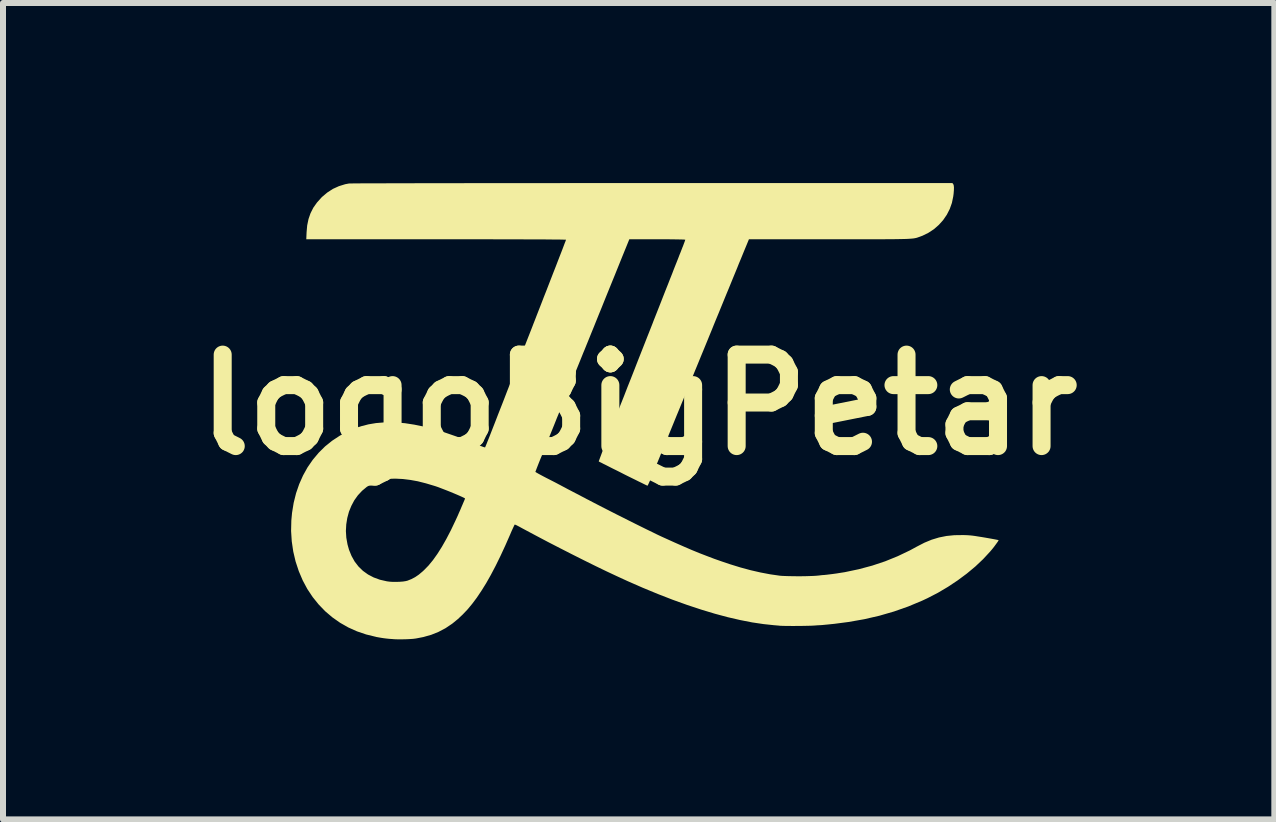
<source format=kicad_pcb>
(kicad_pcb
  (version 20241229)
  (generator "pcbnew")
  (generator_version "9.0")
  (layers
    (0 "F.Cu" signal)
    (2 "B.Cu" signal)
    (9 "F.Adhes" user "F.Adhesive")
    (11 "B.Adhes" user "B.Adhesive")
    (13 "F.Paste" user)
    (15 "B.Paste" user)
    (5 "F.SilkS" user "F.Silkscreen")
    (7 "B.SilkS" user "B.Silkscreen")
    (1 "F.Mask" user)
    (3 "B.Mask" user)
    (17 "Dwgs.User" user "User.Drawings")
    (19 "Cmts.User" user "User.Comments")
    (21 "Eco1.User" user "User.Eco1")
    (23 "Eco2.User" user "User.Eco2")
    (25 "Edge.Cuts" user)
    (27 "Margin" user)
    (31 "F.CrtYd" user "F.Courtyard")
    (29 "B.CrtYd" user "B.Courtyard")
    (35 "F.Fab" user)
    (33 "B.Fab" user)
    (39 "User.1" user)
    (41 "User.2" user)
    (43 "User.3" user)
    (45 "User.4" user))
  (footprint "logoBigPetar"
    (layer "F.Cu")
    (at 7.591 3.693)
    (property "Reference" "logoBigPetar" (at 0 0 0) (layer "F.SilkS") (effects (font (size 1.524 1.524) (thickness 0.3))))
    (attr board_only exclude_from_pos_files exclude_from_bom)
    (fp_poly (pts (xy 5.241 -3.676) (xy 5.249 -3.656) (xy 5.253 -3.622) (xy 5.252 -3.574) (xy 5.247 -3.513) (xy 5.241 -3.468) (xy 5.219 -3.362) (xy 5.183 -3.261) (xy 5.134 -3.165) (xy 5.073 -3.076) (xy 5.001 -2.996) (xy 4.92 -2.925) (xy 4.829 -2.865) (xy 4.73 -2.816) (xy 4.679 -2.797) (xy 4.664 -2.792) (xy 4.651 -2.787) (xy 4.638 -2.783) (xy 4.625 -2.779) (xy 4.61 -2.776) (xy 4.594 -2.773) (xy 4.576 -2.77) (xy 4.554 -2.768) (xy 4.529 -2.766) (xy 4.499 -2.764) (xy 4.463 -2.762) (xy 4.422 -2.761) (xy 4.374 -2.76) (xy 4.319 -2.759) (xy 4.256 -2.758) (xy 4.184 -2.758) (xy 4.103 -2.757) (xy 4.011 -2.757) (xy 3.909 -2.756) (xy 3.795 -2.756) (xy 3.668 -2.756) (xy 3.529 -2.756) (xy 3.376 -2.756) (xy 3.209 -2.756) (xy 1.837 -2.756) (xy 1.797 -2.659) (xy 1.778 -2.613) (xy 1.756 -2.56) (xy 1.734 -2.506) (xy 1.714 -2.457) (xy 1.713 -2.455) (xy 1.695 -2.411) (xy 1.671 -2.354) (xy 1.644 -2.286) (xy 1.612 -2.208) (xy 1.577 -2.123) (xy 1.539 -2.03) (xy 1.499 -1.932) (xy 1.457 -1.831) (xy 1.415 -1.728) (xy 1.372 -1.623) (xy 1.33 -1.52) (xy 1.288 -1.419) (xy 1.248 -1.321) (xy 1.222 -1.256) (xy 1.187 -1.171) (xy 1.15 -1.08) (xy 1.111 -0.985) (xy 1.072 -0.89) (xy 1.034 -0.798) (xy 0.999 -0.712) (xy 0.967 -0.634) (xy 0.944 -0.579) (xy 0.923 -0.527) (xy 0.897 -0.463) (xy 0.866 -0.388) (xy 0.832 -0.304) (xy 0.794 -0.212) (xy 0.754 -0.114) (xy 0.712 -0.012) (xy 0.669 0.093) (xy 0.625 0.199) (xy 0.582 0.305) (xy 0.548 0.388) (xy 0.507 0.488) (xy 0.467 0.587) (xy 0.427 0.683) (xy 0.39 0.775) (xy 0.354 0.862) (xy 0.321 0.943) (xy 0.291 1.015) (xy 0.265 1.079) (xy 0.243 1.133) (xy 0.226 1.175) (xy 0.213 1.205) (xy 0.213 1.207) (xy 0.195 1.25) (xy 0.178 1.288) (xy 0.164 1.319) (xy 0.153 1.34) (xy 0.147 1.35) (xy 0.146 1.35) (xy 0.138 1.346) (xy 0.117 1.336) (xy 0.086 1.321) (xy 0.046 1.301) (xy -0.002 1.278) (xy -0.056 1.251) (xy -0.115 1.222) (xy -0.178 1.191) (xy -0.242 1.159) (xy -0.306 1.126) (xy -0.37 1.094) (xy -0.431 1.064) (xy -0.488 1.035) (xy -0.539 1.009) (xy -0.584 0.987) (xy -0.62 0.968) (xy -0.647 0.955) (xy -0.662 0.947) (xy -0.665 0.945) (xy -0.663 0.937) (xy -0.655 0.916) (xy -0.643 0.883) (xy -0.626 0.838) (xy -0.606 0.783) (xy -0.581 0.717) (xy -0.552 0.643) (xy -0.521 0.561) (xy -0.486 0.472) (xy -0.449 0.377) (xy -0.41 0.276) (xy -0.369 0.171) (xy -0.346 0.114) (xy -0.297 -0.011) (xy -0.244 -0.144) (xy -0.19 -0.284) (xy -0.133 -0.427) (xy -0.076 -0.572) (xy -0.02 -0.716) (xy 0.036 -0.858) (xy 0.09 -0.995) (xy 0.141 -1.125) (xy 0.189 -1.246) (xy 0.232 -1.355) (xy 0.245 -1.39) (xy 0.304 -1.539) (xy 0.358 -1.676) (xy 0.406 -1.799) (xy 0.45 -1.911) (xy 0.49 -2.011) (xy 0.525 -2.101) (xy 0.557 -2.181) (xy 0.584 -2.252) (xy 0.609 -2.315) (xy 0.631 -2.37) (xy 0.65 -2.418) (xy 0.666 -2.459) (xy 0.68 -2.496) (xy 0.693 -2.527) (xy 0.704 -2.555) (xy 0.713 -2.579) (xy 0.722 -2.601) (xy 0.729 -2.621) (xy 0.736 -2.636) (xy 0.75 -2.674) (xy 0.762 -2.706) (xy 0.771 -2.731) (xy 0.776 -2.746) (xy 0.777 -2.749) (xy 0.769 -2.75) (xy 0.747 -2.752) (xy 0.709 -2.753) (xy 0.658 -2.754) (xy 0.592 -2.755) (xy 0.512 -2.756) (xy 0.419 -2.756) (xy 0.313 -2.756) (xy -0.156 -2.756) (xy -0.22 -2.598) (xy -0.233 -2.567) (xy -0.251 -2.522) (xy -0.274 -2.466) (xy -0.301 -2.399) (xy -0.332 -2.322) (xy -0.366 -2.238) (xy -0.403 -2.146) (xy -0.443 -2.048) (xy -0.485 -1.945) (xy -0.528 -1.839) (xy -0.572 -1.73) (xy -0.616 -1.62) (xy -0.661 -1.51) (xy -0.705 -1.401) (xy -0.748 -1.294) (xy -0.79 -1.191) (xy -0.83 -1.092) (xy -0.868 -0.999) (xy -0.903 -0.912) (xy -0.92 -0.872) (xy -0.98 -0.723) (xy -1.036 -0.585) (xy -1.088 -0.457) (xy -1.137 -0.336) (xy -1.184 -0.219) (xy -1.23 -0.105) (xy -1.276 0.01) (xy -1.324 0.127) (xy -1.332 0.148) (xy -1.363 0.223) (xy -1.397 0.309) (xy -1.434 0.401) (xy -1.473 0.497) (xy -1.511 0.592) (xy -1.548 0.684) (xy -1.582 0.767) (xy -1.586 0.779) (xy -1.613 0.846) (xy -1.639 0.909) (xy -1.662 0.966) (xy -1.682 1.017) (xy -1.698 1.058) (xy -1.71 1.09) (xy -1.718 1.111) (xy -1.721 1.119) (xy -1.714 1.124) (xy -1.696 1.135) (xy -1.668 1.151) (xy -1.631 1.171) (xy -1.588 1.194) (xy -1.54 1.219) (xy -1.489 1.245) (xy -1.44 1.27) (xy -1.395 1.293) (xy -1.357 1.313) (xy -1.329 1.328) (xy -1.313 1.336) (xy -1.293 1.347) (xy -1.263 1.363) (xy -1.223 1.384) (xy -1.179 1.408) (xy -1.13 1.433) (xy -1.104 1.447) (xy -1.052 1.474) (xy -0.997 1.502) (xy -0.945 1.53) (xy -0.898 1.554) (xy -0.86 1.575) (xy -0.849 1.58) (xy -0.765 1.624) (xy -0.674 1.671) (xy -0.577 1.721) (xy -0.475 1.773) (xy -0.371 1.826) (xy -0.265 1.879) (xy -0.16 1.932) (xy -0.056 1.984) (xy 0.043 2.033) (xy 0.138 2.08) (xy 0.225 2.122) (xy 0.304 2.161) (xy 0.374 2.194) (xy 0.431 2.22) (xy 0.438 2.223) (xy 0.597 2.295) (xy 0.744 2.36) (xy 0.883 2.42) (xy 1.015 2.474) (xy 1.142 2.523) (xy 1.266 2.57) (xy 1.389 2.613) (xy 1.514 2.655) (xy 1.516 2.656) (xy 1.694 2.711) (xy 1.864 2.757) (xy 2.029 2.795) (xy 2.192 2.826) (xy 2.353 2.849) (xy 2.39 2.852) (xy 2.439 2.854) (xy 2.498 2.856) (xy 2.564 2.857) (xy 2.634 2.858) (xy 2.705 2.858) (xy 2.776 2.857) (xy 2.843 2.855) (xy 2.905 2.853) (xy 2.957 2.85) (xy 2.999 2.846) (xy 3.017 2.844) (xy 3.033 2.842) (xy 3.059 2.839) (xy 3.089 2.837) (xy 3.091 2.837) (xy 3.13 2.833) (xy 3.18 2.827) (xy 3.236 2.82) (xy 3.295 2.812) (xy 3.351 2.803) (xy 3.402 2.795) (xy 3.434 2.79) (xy 3.667 2.741) (xy 3.891 2.681) (xy 4.107 2.609) (xy 4.316 2.524) (xy 4.519 2.427) (xy 4.637 2.363) (xy 4.761 2.299) (xy 4.882 2.249) (xy 5.004 2.212) (xy 5.129 2.187) (xy 5.259 2.174) (xy 5.398 2.172) (xy 5.408 2.172) (xy 5.451 2.173) (xy 5.49 2.175) (xy 5.528 2.178) (xy 5.566 2.182) (xy 5.609 2.188) (xy 5.658 2.196) (xy 5.717 2.205) (xy 5.77 2.214) (xy 5.827 2.224) (xy 5.878 2.233) (xy 5.922 2.241) (xy 5.958 2.248) (xy 5.983 2.253) (xy 5.996 2.256) (xy 5.997 2.256) (xy 5.994 2.264) (xy 5.984 2.281) (xy 5.967 2.305) (xy 5.945 2.335) (xy 5.92 2.369) (xy 5.893 2.403) (xy 5.865 2.436) (xy 5.855 2.448) (xy 5.739 2.573) (xy 5.609 2.696) (xy 5.467 2.814) (xy 5.315 2.927) (xy 5.154 3.034) (xy 4.987 3.133) (xy 4.813 3.223) (xy 4.721 3.266) (xy 4.491 3.362) (xy 4.255 3.445) (xy 4.01 3.516) (xy 3.758 3.574) (xy 3.496 3.62) (xy 3.259 3.651) (xy 3.199 3.657) (xy 3.151 3.662) (xy 3.108 3.666) (xy 3.069 3.67) (xy 3.029 3.673) (xy 2.985 3.675) (xy 2.933 3.679) (xy 2.877 3.682) (xy 2.843 3.683) (xy 2.799 3.684) (xy 2.748 3.685) (xy 2.691 3.686) (xy 2.632 3.686) (xy 2.572 3.687) (xy 2.515 3.686) (xy 2.463 3.686) (xy 2.418 3.685) (xy 2.382 3.684) (xy 2.359 3.683) (xy 2.357 3.683) (xy 2.33 3.68) (xy 2.295 3.677) (xy 2.259 3.674) (xy 2.258 3.674) (xy 2.08 3.655) (xy 1.891 3.627) (xy 1.692 3.588) (xy 1.484 3.54) (xy 1.268 3.482) (xy 1.043 3.414) (xy 0.81 3.337) (xy 0.57 3.251) (xy 0.323 3.155) (xy 0.071 3.051) (xy -0.187 2.938) (xy -0.202 2.931) (xy -0.363 2.857) (xy -0.536 2.776) (xy -0.718 2.688) (xy -0.908 2.594) (xy -1.105 2.495) (xy -1.307 2.392) (xy -1.513 2.286) (xy -1.721 2.176) (xy -1.929 2.065) (xy -1.991 2.031) (xy -2.02 2.016) (xy -2.044 2.004) (xy -2.06 1.998) (xy -2.065 1.997) (xy -2.07 2.004) (xy -2.079 2.023) (xy -2.093 2.053) (xy -2.11 2.09) (xy -2.129 2.133) (xy -2.138 2.155) (xy -2.222 2.346) (xy -2.304 2.523) (xy -2.384 2.686) (xy -2.463 2.836) (xy -2.541 2.974) (xy -2.619 3.099) (xy -2.696 3.214) (xy -2.774 3.318) (xy -2.852 3.412) (xy -2.932 3.496) (xy -3.013 3.572) (xy -3.096 3.64) (xy -3.109 3.65) (xy -3.219 3.724) (xy -3.335 3.785) (xy -3.457 3.834) (xy -3.588 3.871) (xy -3.711 3.895) (xy -3.759 3.901) (xy -3.818 3.905) (xy -3.884 3.908) (xy -3.951 3.909) (xy -4.016 3.909) (xy -4.074 3.907) (xy -4.095 3.905) (xy -4.154 3.901) (xy -4.202 3.896) (xy -4.243 3.891) (xy -4.283 3.885) (xy -4.325 3.878) (xy -4.374 3.869) (xy -4.38 3.867) (xy -4.54 3.828) (xy -4.693 3.776) (xy -4.838 3.711) (xy -4.975 3.633) (xy -5.103 3.543) (xy -5.223 3.441) (xy -5.332 3.328) (xy -5.432 3.204) (xy -5.521 3.07) (xy -5.597 2.928) (xy -5.663 2.773) (xy -5.716 2.612) (xy -5.755 2.446) (xy -5.78 2.276) (xy -5.791 2.104) (xy -4.878 2.104) (xy -4.871 2.216) (xy -4.851 2.328) (xy -4.826 2.417) (xy -4.784 2.52) (xy -4.732 2.613) (xy -4.668 2.696) (xy -4.594 2.768) (xy -4.509 2.829) (xy -4.415 2.878) (xy -4.311 2.916) (xy -4.197 2.942) (xy -4.191 2.943) (xy -4.145 2.949) (xy -4.091 2.952) (xy -4.034 2.952) (xy -3.978 2.95) (xy -3.926 2.946) (xy -3.882 2.939) (xy -3.853 2.932) (xy -3.785 2.905) (xy -3.723 2.872) (xy -3.663 2.831) (xy -3.601 2.779) (xy -3.575 2.755) (xy -3.501 2.679) (xy -3.427 2.589) (xy -3.353 2.485) (xy -3.279 2.368) (xy -3.204 2.236) (xy -3.128 2.09) (xy -3.051 1.928) (xy -3.015 1.85) (xy -2.994 1.801) (xy -2.972 1.752) (xy -2.952 1.704) (xy -2.933 1.66) (xy -2.917 1.622) (xy -2.904 1.592) (xy -2.896 1.572) (xy -2.893 1.563) (xy -2.9 1.557) (xy -2.919 1.547) (xy -2.949 1.533) (xy -2.987 1.516) (xy -3.033 1.496) (xy -3.083 1.475) (xy -3.136 1.453) (xy -3.191 1.431) (xy -3.245 1.41) (xy -3.297 1.39) (xy -3.344 1.372) (xy -3.385 1.358) (xy -3.401 1.353) (xy -3.545 1.31) (xy -3.679 1.276) (xy -3.806 1.253) (xy -3.928 1.238) (xy -4.047 1.232) (xy -4.069 1.232) (xy -4.154 1.235) (xy -4.228 1.243) (xy -4.296 1.257) (xy -4.361 1.279) (xy -4.428 1.308) (xy -4.442 1.316) (xy -4.53 1.369) (xy -4.608 1.434) (xy -4.678 1.509) (xy -4.738 1.593) (xy -4.787 1.685) (xy -4.827 1.783) (xy -4.855 1.887) (xy -4.872 1.994) (xy -4.878 2.104) (xy -5.791 2.104) (xy -5.791 2.103) (xy -5.787 1.929) (xy -5.775 1.8) (xy -5.748 1.634) (xy -5.708 1.474) (xy -5.656 1.323) (xy -5.592 1.179) (xy -5.517 1.044) (xy -5.43 0.918) (xy -5.332 0.801) (xy -5.225 0.695) (xy -5.107 0.6) (xy -4.979 0.516) (xy -4.861 0.452) (xy -4.741 0.399) (xy -4.622 0.358) (xy -4.501 0.327) (xy -4.376 0.306) (xy -4.242 0.295) (xy -4.18 0.293) (xy -4.041 0.296) (xy -3.895 0.308) (xy -3.74 0.332) (xy -3.577 0.365) (xy -3.404 0.41) (xy -3.223 0.465) (xy -3.032 0.531) (xy -2.831 0.607) (xy -2.712 0.656) (xy -2.668 0.674) (xy -2.628 0.689) (xy -2.596 0.701) (xy -2.572 0.709) (xy -2.56 0.711) (xy -2.559 0.711) (xy -2.555 0.702) (xy -2.546 0.681) (xy -2.533 0.65) (xy -2.517 0.609) (xy -2.498 0.562) (xy -2.477 0.509) (xy -2.467 0.483) (xy -2.451 0.442) (xy -2.43 0.388) (xy -2.404 0.322) (xy -2.375 0.247) (xy -2.343 0.164) (xy -2.308 0.075) (xy -2.271 -0.019) (xy -2.233 -0.117) (xy -2.195 -0.216) (xy -2.156 -0.316) (xy -2.138 -0.362) (xy -2.097 -0.465) (xy -2.056 -0.573) (xy -2.013 -0.682) (xy -1.97 -0.791) (xy -1.929 -0.898) (xy -1.889 -1.001) (xy -1.851 -1.098) (xy -1.816 -1.187) (xy -1.785 -1.266) (xy -1.759 -1.333) (xy -1.755 -1.344) (xy -1.727 -1.415) (xy -1.695 -1.498) (xy -1.659 -1.59) (xy -1.62 -1.69) (xy -1.58 -1.794) (xy -1.538 -1.9) (xy -1.497 -2.006) (xy -1.457 -2.109) (xy -1.419 -2.207) (xy -1.413 -2.222) (xy -1.38 -2.306) (xy -1.349 -2.387) (xy -1.32 -2.462) (xy -1.293 -2.531) (xy -1.269 -2.593) (xy -1.249 -2.646) (xy -1.233 -2.689) (xy -1.22 -2.721) (xy -1.213 -2.742) (xy -1.211 -2.749) (xy -1.218 -2.75) (xy -1.241 -2.75) (xy -1.278 -2.751) (xy -1.331 -2.752) (xy -1.397 -2.752) (xy -1.478 -2.753) (xy -1.574 -2.754) (xy -1.683 -2.754) (xy -1.806 -2.754) (xy -1.943 -2.755) (xy -2.093 -2.755) (xy -2.257 -2.755) (xy -2.433 -2.756) (xy -2.623 -2.756) (xy -2.825 -2.756) (xy -3.04 -2.756) (xy -3.267 -2.756) (xy -3.374 -2.756) (xy -5.538 -2.756) (xy -5.533 -2.872) (xy -5.523 -2.987) (xy -5.501 -3.093) (xy -5.467 -3.191) (xy -5.421 -3.282) (xy -5.361 -3.367) (xy -5.288 -3.449) (xy -5.274 -3.463) (xy -5.187 -3.536) (xy -5.094 -3.596) (xy -4.995 -3.641) (xy -4.889 -3.674) (xy -4.83 -3.685) (xy -4.819 -3.686) (xy -4.793 -3.686) (xy -4.753 -3.687) (xy -4.697 -3.687) (xy -4.628 -3.688) (xy -4.544 -3.688) (xy -4.445 -3.689) (xy -4.333 -3.689) (xy -4.207 -3.689) (xy -4.067 -3.69) (xy -3.914 -3.69) (xy -3.748 -3.69) (xy -3.569 -3.691) (xy -3.377 -3.691) (xy -3.172 -3.691) (xy -2.954 -3.691) (xy -2.724 -3.692) (xy -2.482 -3.692) (xy -2.228 -3.692) (xy -1.963 -3.692) (xy -1.685 -3.692) (xy -1.396 -3.692) (xy -1.096 -3.693) (xy -0.785 -3.693) (xy -0.463 -3.693) (xy -0.13 -3.693) (xy 0.213 -3.693) (xy 0.221 -3.693) (xy 5.227 -3.693)) (stroke (width 0) (type solid)) (fill yes) (layer "F.SilkS")))
  (gr_rect
    (start -3 -3)
    (end 18.182 10.602)
    (stroke (width 0.1) (type default))
    (fill no)
    (layer "Edge.Cuts")))
</source>
